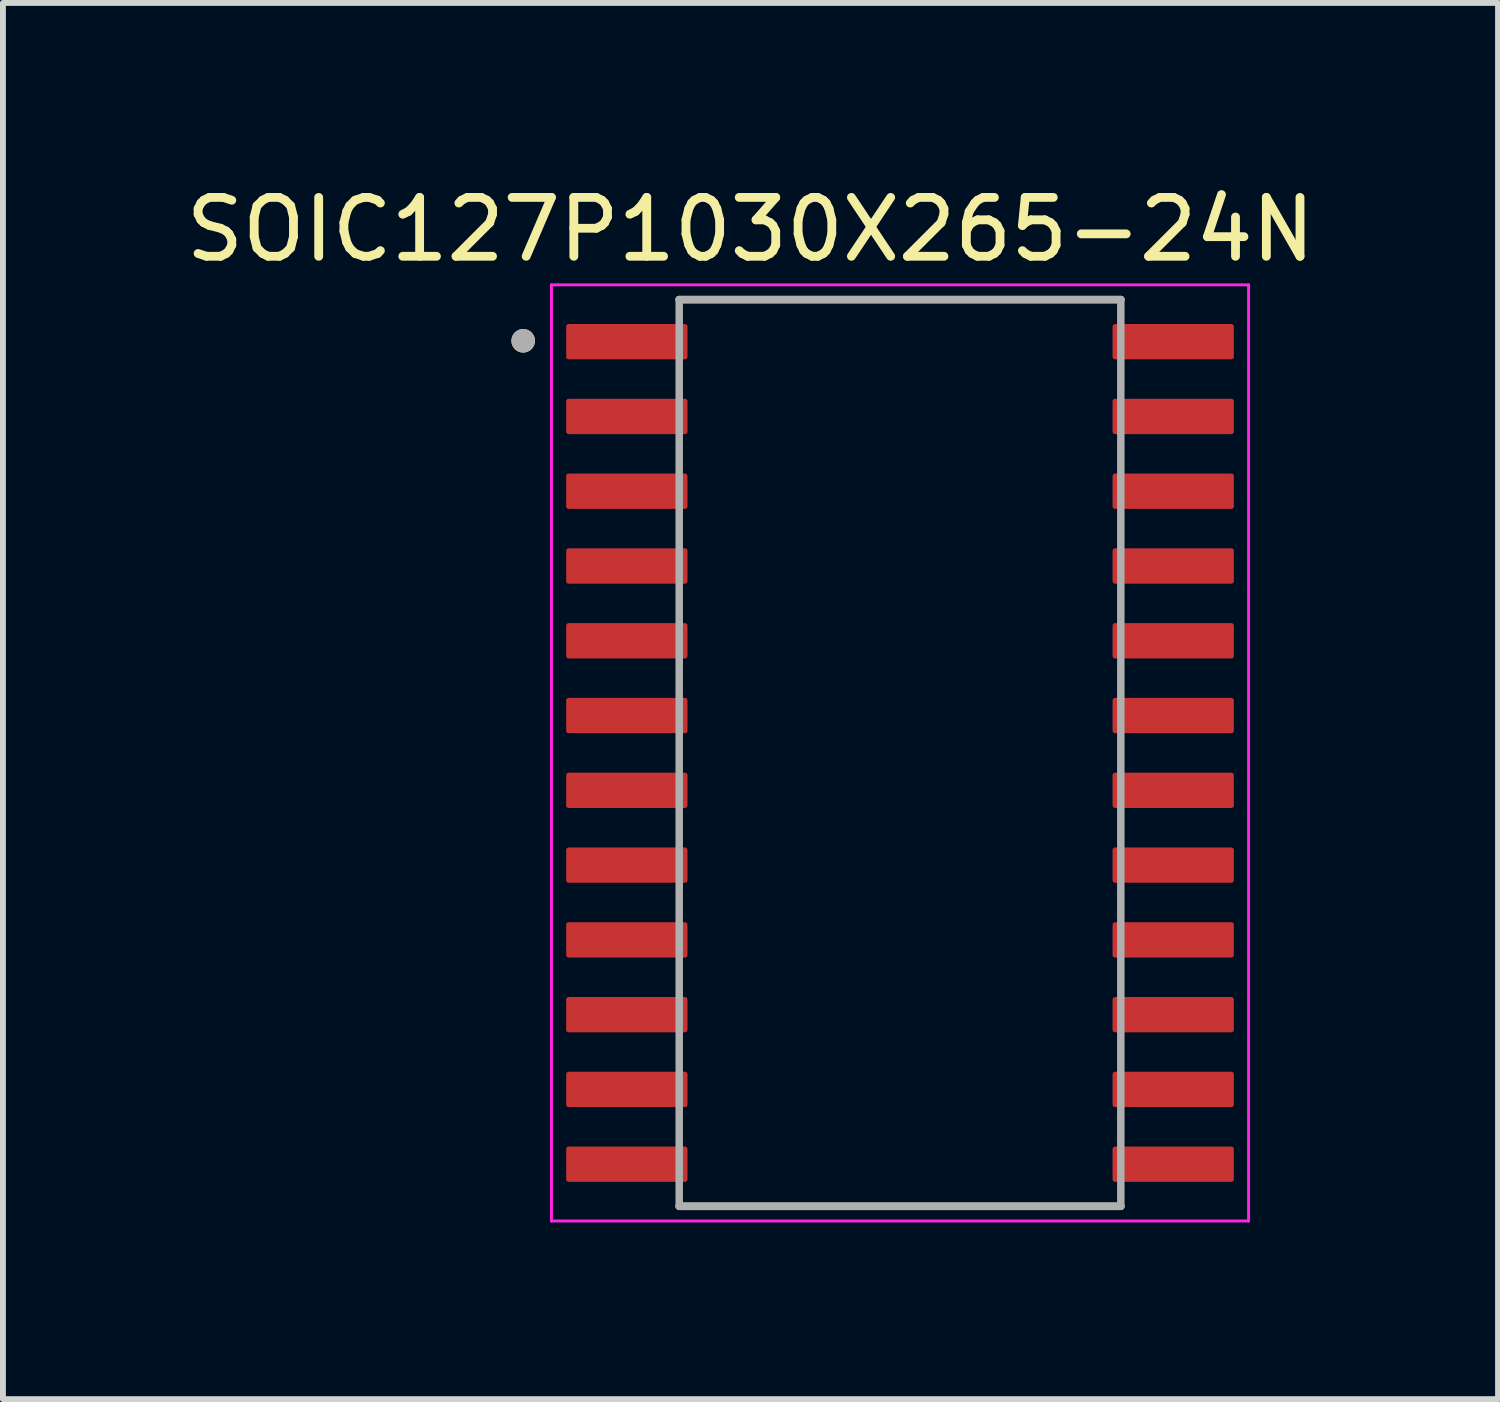
<source format=kicad_pcb>
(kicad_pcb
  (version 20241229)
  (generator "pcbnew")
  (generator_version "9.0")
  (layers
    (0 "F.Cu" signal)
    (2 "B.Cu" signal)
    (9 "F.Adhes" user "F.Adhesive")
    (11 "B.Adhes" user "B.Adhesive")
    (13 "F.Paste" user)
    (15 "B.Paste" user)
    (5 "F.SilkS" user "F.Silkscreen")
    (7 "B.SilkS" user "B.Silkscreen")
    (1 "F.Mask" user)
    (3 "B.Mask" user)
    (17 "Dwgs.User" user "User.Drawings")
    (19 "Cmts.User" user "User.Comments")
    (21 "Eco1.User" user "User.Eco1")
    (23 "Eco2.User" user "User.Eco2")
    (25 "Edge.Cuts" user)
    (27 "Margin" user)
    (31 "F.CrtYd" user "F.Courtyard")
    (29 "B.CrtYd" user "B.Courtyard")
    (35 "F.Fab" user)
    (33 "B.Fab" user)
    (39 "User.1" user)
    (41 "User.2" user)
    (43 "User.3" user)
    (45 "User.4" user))
  (footprint "SOIC127P1030X265-24N"
    (layer "F.Cu")
    (at 12.236 9.738)
    (property "Reference" "SOIC127P1030X265-24N" (at -2.54 -8.89 0) (layer "F.SilkS") (effects (font (size 1 1) (thickness 0.15))))
    (attr smd)
    (fp_line (start -3.75 -7.7) (end 3.75 -7.7) (stroke (width 0.127) (type solid)) (layer "F.SilkS"))
    (fp_line (start -3.75 7.7) (end 3.75 7.7) (stroke (width 0.127) (type solid)) (layer "F.SilkS"))
    (fp_circle (center -6.4 -7) (end -6.3 -7) (stroke (width 0.2) (type solid)) (fill no) (layer "F.SilkS"))
    (fp_line (start -5.92 -7.95) (end -5.92 7.95) (stroke (width 0.05) (type solid)) (layer "F.CrtYd"))
    (fp_line (start -5.92 7.95) (end 5.92 7.95) (stroke (width 0.05) (type solid)) (layer "F.CrtYd"))
    (fp_line (start 5.92 -7.95) (end -5.92 -7.95) (stroke (width 0.05) (type solid)) (layer "F.CrtYd"))
    (fp_line (start 5.92 7.95) (end 5.92 -7.95) (stroke (width 0.05) (type solid)) (layer "F.CrtYd"))
    (fp_line (start -3.75 -7.7) (end -3.75 7.7) (stroke (width 0.127) (type solid)) (layer "F.Fab"))
    (fp_line (start -3.75 7.7) (end 3.75 7.7) (stroke (width 0.127) (type solid)) (layer "F.Fab"))
    (fp_line (start 3.75 -7.7) (end -3.75 -7.7) (stroke (width 0.127) (type solid)) (layer "F.Fab"))
    (fp_line (start 3.75 7.7) (end 3.75 -7.7) (stroke (width 0.127) (type solid)) (layer "F.Fab"))
    (fp_circle (center -6.4 -7) (end -6.3 -7) (stroke (width 0.2) (type solid)) (fill no) (layer "F.Fab"))
    (pad "1" smd roundrect (at -4.64 -6.985) (size 2.06 0.6) (layers "F.Cu" "F.Mask" "F.Paste") (roundrect_rratio 0.07))
    (pad "2" smd roundrect (at -4.64 -5.715) (size 2.06 0.6) (layers "F.Cu" "F.Mask" "F.Paste") (roundrect_rratio 0.07))
    (pad "3" smd roundrect (at -4.64 -4.445) (size 2.06 0.6) (layers "F.Cu" "F.Mask" "F.Paste") (roundrect_rratio 0.07))
    (pad "4" smd roundrect (at -4.64 -3.175) (size 2.06 0.6) (layers "F.Cu" "F.Mask" "F.Paste") (roundrect_rratio 0.07))
    (pad "5" smd roundrect (at -4.64 -1.905) (size 2.06 0.6) (layers "F.Cu" "F.Mask" "F.Paste") (roundrect_rratio 0.07))
    (pad "6" smd roundrect (at -4.64 -0.635) (size 2.06 0.6) (layers "F.Cu" "F.Mask" "F.Paste") (roundrect_rratio 0.07))
    (pad "7" smd roundrect (at -4.64 0.635) (size 2.06 0.6) (layers "F.Cu" "F.Mask" "F.Paste") (roundrect_rratio 0.07))
    (pad "8" smd roundrect (at -4.64 1.905) (size 2.06 0.6) (layers "F.Cu" "F.Mask" "F.Paste") (roundrect_rratio 0.07))
    (pad "9" smd roundrect (at -4.64 3.175) (size 2.06 0.6) (layers "F.Cu" "F.Mask" "F.Paste") (roundrect_rratio 0.07))
    (pad "10" smd roundrect (at -4.64 4.445) (size 2.06 0.6) (layers "F.Cu" "F.Mask" "F.Paste") (roundrect_rratio 0.07))
    (pad "11" smd roundrect (at -4.64 5.715) (size 2.06 0.6) (layers "F.Cu" "F.Mask" "F.Paste") (roundrect_rratio 0.07))
    (pad "12" smd roundrect (at -4.64 6.985) (size 2.06 0.6) (layers "F.Cu" "F.Mask" "F.Paste") (roundrect_rratio 0.07))
    (pad "13" smd roundrect (at 4.64 6.985) (size 2.06 0.6) (layers "F.Cu" "F.Mask" "F.Paste") (roundrect_rratio 0.07))
    (pad "14" smd roundrect (at 4.64 5.715) (size 2.06 0.6) (layers "F.Cu" "F.Mask" "F.Paste") (roundrect_rratio 0.07))
    (pad "15" smd roundrect (at 4.64 4.445) (size 2.06 0.6) (layers "F.Cu" "F.Mask" "F.Paste") (roundrect_rratio 0.07))
    (pad "16" smd roundrect (at 4.64 3.175) (size 2.06 0.6) (layers "F.Cu" "F.Mask" "F.Paste") (roundrect_rratio 0.07))
    (pad "17" smd roundrect (at 4.64 1.905) (size 2.06 0.6) (layers "F.Cu" "F.Mask" "F.Paste") (roundrect_rratio 0.07))
    (pad "18" smd roundrect (at 4.64 0.635) (size 2.06 0.6) (layers "F.Cu" "F.Mask" "F.Paste") (roundrect_rratio 0.07))
    (pad "19" smd roundrect (at 4.64 -0.635) (size 2.06 0.6) (layers "F.Cu" "F.Mask" "F.Paste") (roundrect_rratio 0.07))
    (pad "20" smd roundrect (at 4.64 -1.905) (size 2.06 0.6) (layers "F.Cu" "F.Mask" "F.Paste") (roundrect_rratio 0.07))
    (pad "21" smd roundrect (at 4.64 -3.175) (size 2.06 0.6) (layers "F.Cu" "F.Mask" "F.Paste") (roundrect_rratio 0.07))
    (pad "22" smd roundrect (at 4.64 -4.445) (size 2.06 0.6) (layers "F.Cu" "F.Mask" "F.Paste") (roundrect_rratio 0.07))
    (pad "23" smd roundrect (at 4.64 -5.715) (size 2.06 0.6) (layers "F.Cu" "F.Mask" "F.Paste") (roundrect_rratio 0.07))
    (pad "24" smd roundrect (at 4.64 -6.985) (size 2.06 0.6) (layers "F.Cu" "F.Mask" "F.Paste") (roundrect_rratio 0.07)))
  (gr_rect
    (start -3 -3)
    (end 22.393 20.713)
    (stroke (width 0.1) (type default))
    (fill no)
    (layer "Edge.Cuts")))
</source>
